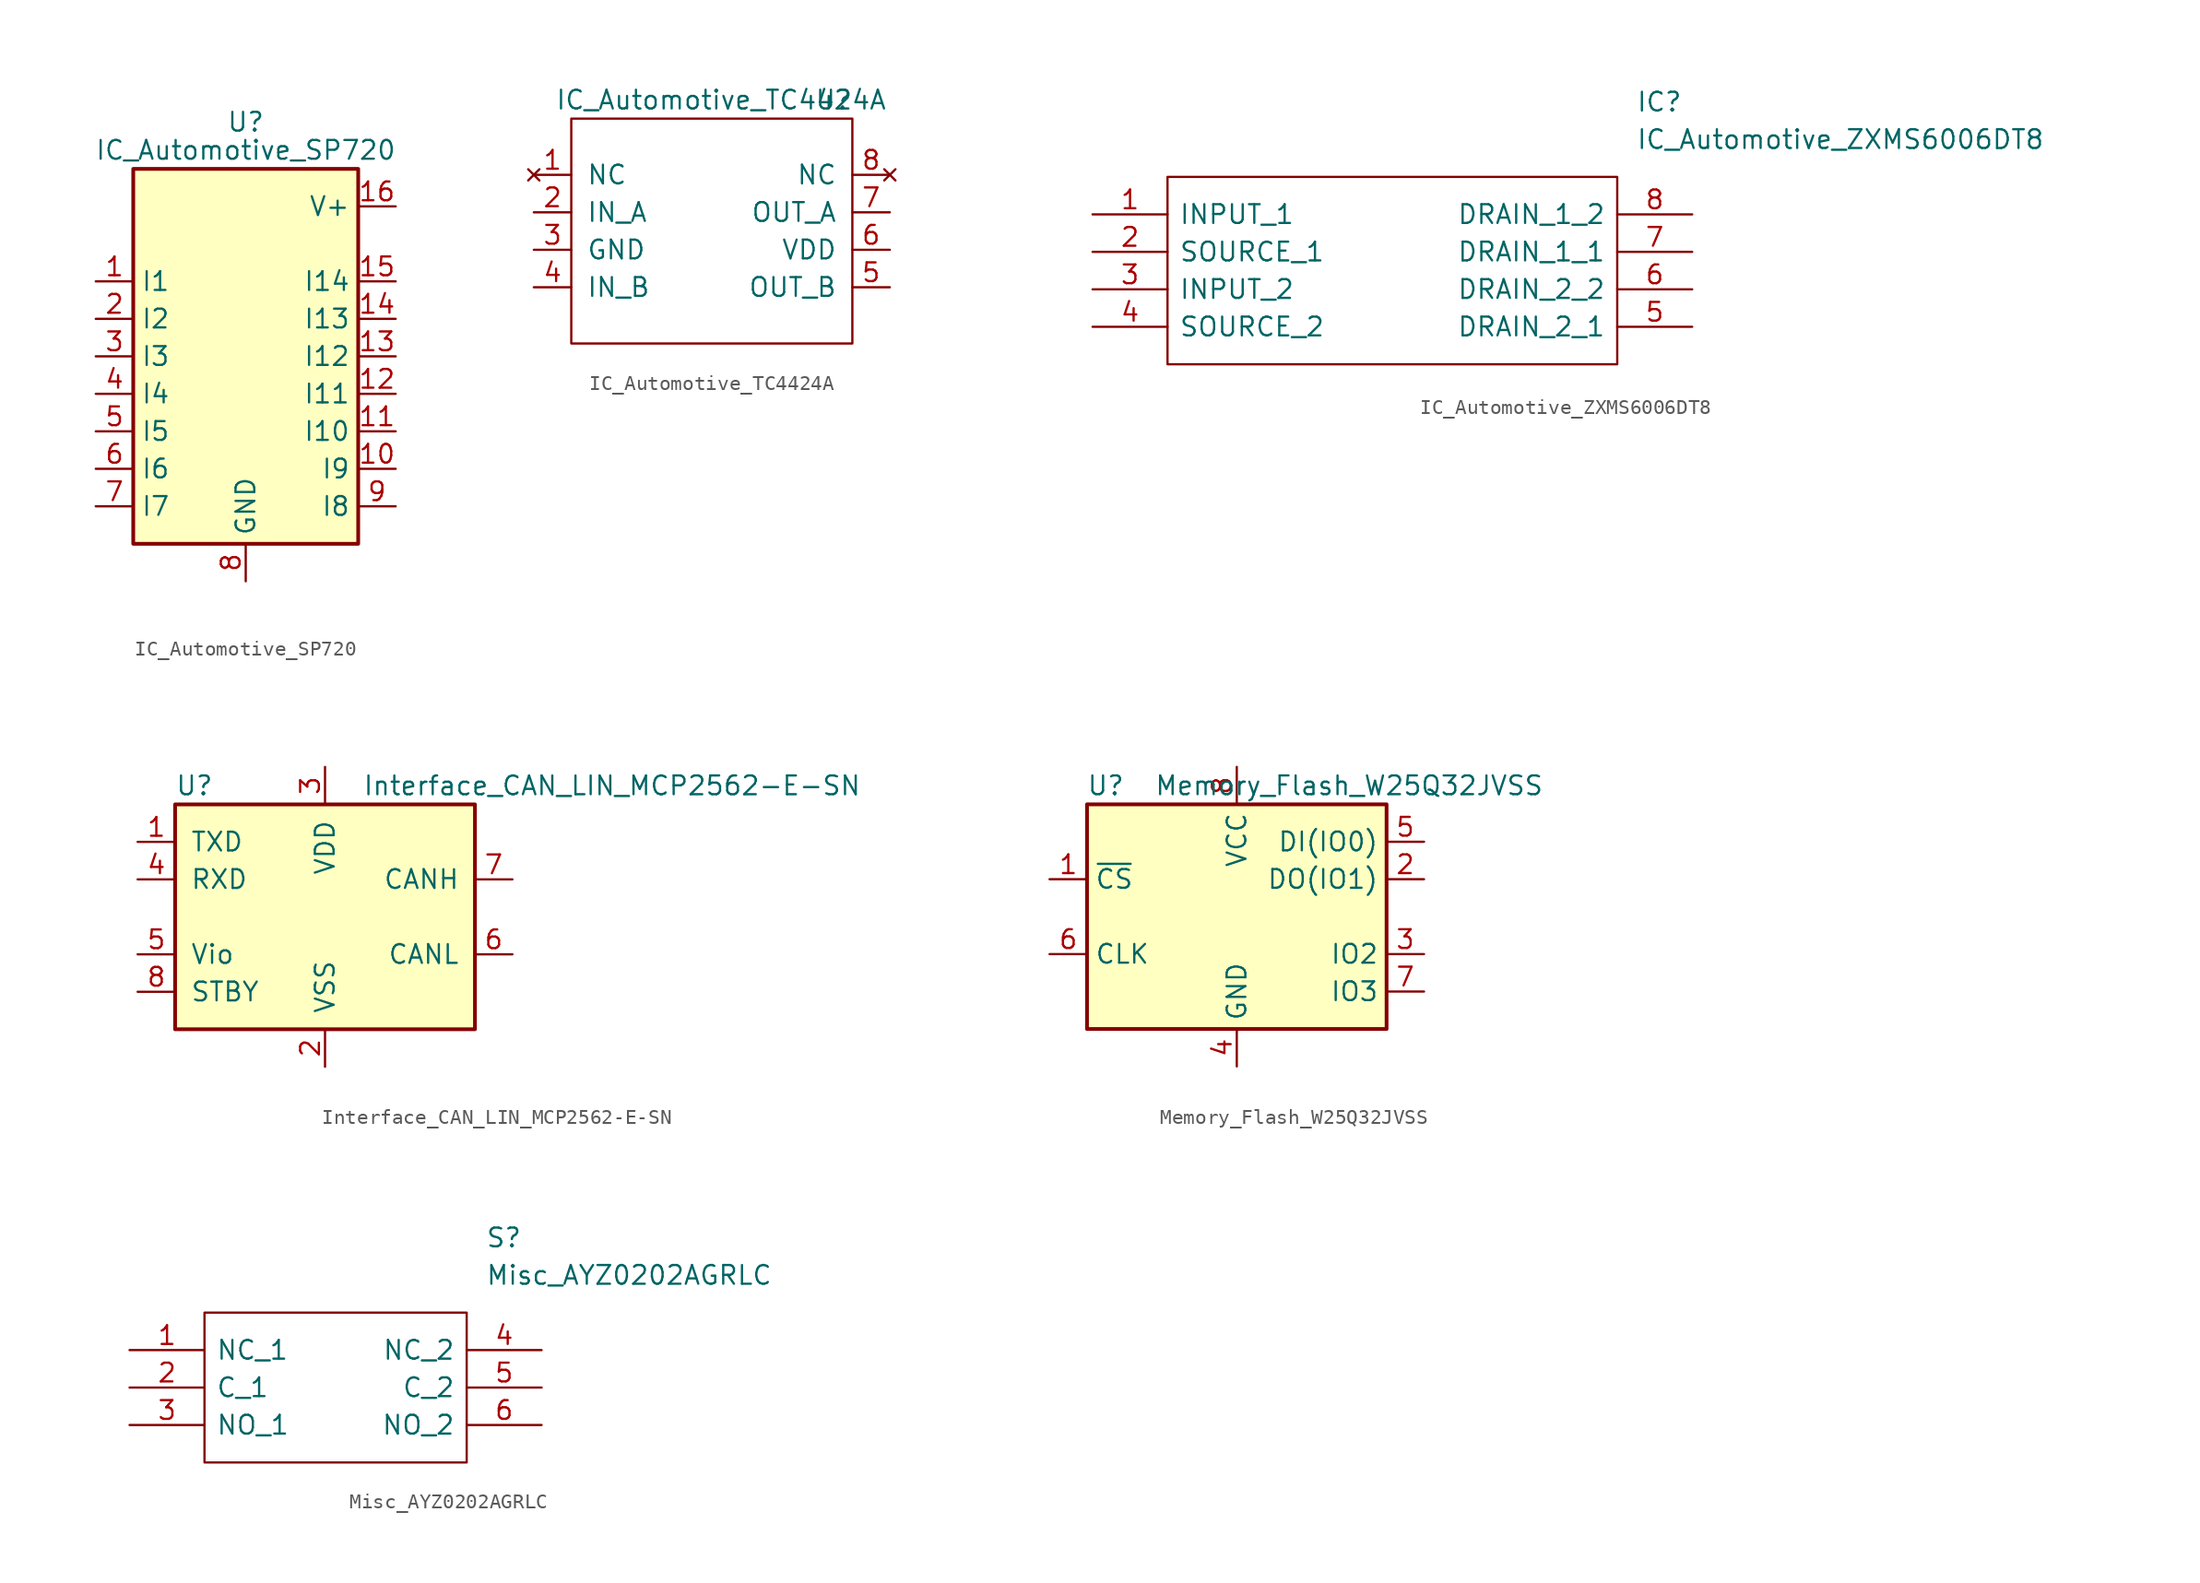
<source format=kicad_sym>
(kicad_symbol_lib
  (version 20241209)
  (generator "kicad_symbol_editor")
  (generator_version "9.0")
  (symbol "IC_Automotive_SP720"
    (property "Reference" "U"
      (at 0 15.875 0)
      (effects (font (size 1.27 1.27))))
    (property "Value" "IC_Automotive_SP720"
      (at 0 13.97 0)
      (effects (font (size 1.27 1.27))))
    (symbol "IC_Automotive_SP720_0_1"
      (rectangle (start -7.62 -12.7) (end 7.62 12.7) (stroke (width 0.254) (type solid)) (fill (type background))))
    (symbol "IC_Automotive_SP720_1_1"
      (pin input line (at -10.16 5.08 0) (length 2.54) (name "I1" (effects (font (size 1.27 1.27)))) (number "1" (effects (font (size 1.27 1.27)))))
      (pin input line (at -10.16 2.54 0) (length 2.54) (name "I2" (effects (font (size 1.27 1.27)))) (number "2" (effects (font (size 1.27 1.27)))))
      (pin input line (at -10.16 0 0) (length 2.54) (name "I3" (effects (font (size 1.27 1.27)))) (number "3" (effects (font (size 1.27 1.27)))))
      (pin input line (at -10.16 -2.54 0) (length 2.54) (name "I4" (effects (font (size 1.27 1.27)))) (number "4" (effects (font (size 1.27 1.27)))))
      (pin input line (at -10.16 -5.08 0) (length 2.54) (name "I5" (effects (font (size 1.27 1.27)))) (number "5" (effects (font (size 1.27 1.27)))))
      (pin input line (at -10.16 -7.62 0) (length 2.54) (name "I6" (effects (font (size 1.27 1.27)))) (number "6" (effects (font (size 1.27 1.27)))))
      (pin input line (at -10.16 -10.16 0) (length 2.54) (name "I7" (effects (font (size 1.27 1.27)))) (number "7" (effects (font (size 1.27 1.27)))))
      (pin power_in line (at 0 -15.24 90) (length 2.54) (name "GND" (effects (font (size 1.27 1.27)))) (number "8" (effects (font (size 1.27 1.27)))))
      (pin power_in line (at 10.16 10.16 180) (length 2.54) (name "V+" (effects (font (size 1.27 1.27)))) (number "16" (effects (font (size 1.27 1.27)))))
      (pin input line (at 10.16 5.08 180) (length 2.54) (name "I14" (effects (font (size 1.27 1.27)))) (number "15" (effects (font (size 1.27 1.27)))))
      (pin open_collector line (at 10.16 2.54 180) (length 2.54) (name "I13" (effects (font (size 1.27 1.27)))) (number "14" (effects (font (size 1.27 1.27)))))
      (pin input line (at 10.16 0 180) (length 2.54) (name "I12" (effects (font (size 1.27 1.27)))) (number "13" (effects (font (size 1.27 1.27)))))
      (pin input line (at 10.16 -2.54 180) (length 2.54) (name "I11" (effects (font (size 1.27 1.27)))) (number "12" (effects (font (size 1.27 1.27)))))
      (pin input line (at 10.16 -5.08 180) (length 2.54) (name "I10" (effects (font (size 1.27 1.27)))) (number "11" (effects (font (size 1.27 1.27)))))
      (pin input line (at 10.16 -7.62 180) (length 2.54) (name "I9" (effects (font (size 1.27 1.27)))) (number "10" (effects (font (size 1.27 1.27)))))
      (pin input line (at 10.16 -10.16 180) (length 2.54) (name "I8" (effects (font (size 1.27 1.27)))) (number "9" (effects (font (size 1.27 1.27)))))))
  (symbol "IC_Automotive_TC4424A"
    (pin_names
      (offset 1.016))
    (property "Reference" "U"
      (at -7.62 38.1 0)
      (effects (font (size 1.27 1.27))))
    (property "Value" "IC_Automotive_TC4424A"
      (at -15.24 38.1 0)
      (effects (font (size 1.27 1.27))))
    (symbol "IC_Automotive_TC4424A_0_1"
      (rectangle (start -25.4 36.83) (end -6.35 21.59) (stroke (width 0) (type solid)) (fill (type none))))
    (symbol "IC_Automotive_TC4424A_1_1"
      (pin no_connect line (at -27.94 33.02 0) (length 2.54) (name "NC" (effects (font (size 1.27 1.27)))) (number "1" (effects (font (size 1.27 1.27)))))
      (pin input line (at -27.94 30.48 0) (length 2.54) (name "IN_A" (effects (font (size 1.27 1.27)))) (number "2" (effects (font (size 1.27 1.27)))))
      (pin power_in line (at -27.94 27.94 0) (length 2.54) (name "GND" (effects (font (size 1.27 1.27)))) (number "3" (effects (font (size 1.27 1.27)))))
      (pin input line (at -27.94 25.4 0) (length 2.54) (name "IN_B" (effects (font (size 1.27 1.27)))) (number "4" (effects (font (size 1.27 1.27)))))
      (pin no_connect line (at -3.81 33.02 180) (length 2.54) (name "NC" (effects (font (size 1.27 1.27)))) (number "8" (effects (font (size 1.27 1.27)))))
      (pin output line (at -3.81 30.48 180) (length 2.54) (name "OUT_A" (effects (font (size 1.27 1.27)))) (number "7" (effects (font (size 1.27 1.27)))))
      (pin power_in line (at -3.81 27.94 180) (length 2.54) (name "VDD" (effects (font (size 1.27 1.27)))) (number "6" (effects (font (size 1.27 1.27)))))
      (pin input line (at -3.81 25.4 180) (length 2.54) (name "OUT_B" (effects (font (size 1.27 1.27)))) (number "5" (effects (font (size 1.27 1.27)))))))
  (symbol "IC_Automotive_ZXMS6006DT8"
    (pin_names
      (offset 0.762))
    (property "Reference" "IC"
      (at 36.83 7.62 0)
      (effects (font (size 1.27 1.27)) (justify left)))
    (property "Value" "IC_Automotive_ZXMS6006DT8"
      (at 36.83 5.08 0)
      (effects (font (size 1.27 1.27)) (justify left)))
    (symbol "IC_Automotive_ZXMS6006DT8_0_0"
      (pin passive line (at 0 0 0) (length 5.08) (name "INPUT_1" (effects (font (size 1.27 1.27)))) (number "1" (effects (font (size 1.27 1.27)))))
      (pin passive line (at 0 -2.54 0) (length 5.08) (name "SOURCE_1" (effects (font (size 1.27 1.27)))) (number "2" (effects (font (size 1.27 1.27)))))
      (pin passive line (at 0 -5.08 0) (length 5.08) (name "INPUT_2" (effects (font (size 1.27 1.27)))) (number "3" (effects (font (size 1.27 1.27)))))
      (pin passive line (at 0 -7.62 0) (length 5.08) (name "SOURCE_2" (effects (font (size 1.27 1.27)))) (number "4" (effects (font (size 1.27 1.27)))))
      (pin passive line (at 40.64 0 180) (length 5.08) (name "DRAIN_1_2" (effects (font (size 1.27 1.27)))) (number "8" (effects (font (size 1.27 1.27)))))
      (pin passive line (at 40.64 -2.54 180) (length 5.08) (name "DRAIN_1_1" (effects (font (size 1.27 1.27)))) (number "7" (effects (font (size 1.27 1.27)))))
      (pin passive line (at 40.64 -5.08 180) (length 5.08) (name "DRAIN_2_2" (effects (font (size 1.27 1.27)))) (number "6" (effects (font (size 1.27 1.27)))))
      (pin passive line (at 40.64 -7.62 180) (length 5.08) (name "DRAIN_2_1" (effects (font (size 1.27 1.27)))) (number "5" (effects (font (size 1.27 1.27))))))
    (symbol "IC_Automotive_ZXMS6006DT8_0_1"
      (polyline (pts (xy 5.08 2.54) (xy 35.56 2.54) (xy 35.56 -10.16) (xy 5.08 -10.16) (xy 5.08 2.54)) (stroke (width 0.152) (type solid)) (fill (type none)))))
  (symbol "Interface_CAN_LIN_MCP2562-E-SN"
    (pin_names
      (offset 1.016))
    (property "Reference" "U"
      (at -10.16 8.89 0)
      (effects (font (size 1.27 1.27)) (justify left)))
    (property "Value" "Interface_CAN_LIN_MCP2562-E-SN"
      (at 2.54 8.89 0)
      (effects (font (size 1.27 1.27)) (justify left)))
    (symbol "Interface_CAN_LIN_MCP2562-E-SN_0_1"
      (rectangle (start -10.16 7.62) (end 10.16 -7.62) (stroke (width 0.254) (type solid)) (fill (type background))))
    (symbol "Interface_CAN_LIN_MCP2562-E-SN_1_1"
      (pin input line (at -12.7 5.08 0) (length 2.54) (name "TXD" (effects (font (size 1.27 1.27)))) (number "1" (effects (font (size 1.27 1.27)))))
      (pin output line (at -12.7 2.54 0) (length 2.54) (name "RXD" (effects (font (size 1.27 1.27)))) (number "4" (effects (font (size 1.27 1.27)))))
      (pin power_in line (at -12.7 -2.54 0) (length 2.54) (name "Vio" (effects (font (size 1.27 1.27)))) (number "5" (effects (font (size 1.27 1.27)))))
      (pin input line (at -12.7 -5.08 0) (length 2.54) (name "STBY" (effects (font (size 1.27 1.27)))) (number "8" (effects (font (size 1.27 1.27)))))
      (pin power_in line (at 0 10.16 270) (length 2.54) (name "VDD" (effects (font (size 1.27 1.27)))) (number "3" (effects (font (size 1.27 1.27)))))
      (pin power_in line (at 0 -10.16 90) (length 2.54) (name "VSS" (effects (font (size 1.27 1.27)))) (number "2" (effects (font (size 1.27 1.27)))))
      (pin bidirectional line (at 12.7 2.54 180) (length 2.54) (name "CANH" (effects (font (size 1.27 1.27)))) (number "7" (effects (font (size 1.27 1.27)))))
      (pin bidirectional line (at 12.7 -2.54 180) (length 2.54) (name "CANL" (effects (font (size 1.27 1.27)))) (number "6" (effects (font (size 1.27 1.27)))))))
  (symbol "Memory_Flash_W25Q32JVSS"
    (property "Reference" "U"
      (at -8.89 8.89 0)
      (effects (font (size 1.27 1.27))))
    (property "Value" "Memory_Flash_W25Q32JVSS"
      (at 7.62 8.89 0)
      (effects (font (size 1.27 1.27))))
    (symbol "Memory_Flash_W25Q32JVSS_0_1"
      (rectangle (start -10.16 7.62) (end 10.16 -7.62) (stroke (width 0.254) (type solid)) (fill (type background))))
    (symbol "Memory_Flash_W25Q32JVSS_1_1"
      (pin input line (at -12.7 2.54 0) (length 2.54) (name "~{CS}" (effects (font (size 1.27 1.27)))) (number "1" (effects (font (size 1.27 1.27)))))
      (pin input line (at -12.7 -2.54 0) (length 2.54) (name "CLK" (effects (font (size 1.27 1.27)))) (number "6" (effects (font (size 1.27 1.27)))))
      (pin power_in line (at 0 10.16 270) (length 2.54) (name "VCC" (effects (font (size 1.27 1.27)))) (number "8" (effects (font (size 1.27 1.27)))))
      (pin power_in line (at 0 -10.16 90) (length 2.54) (name "GND" (effects (font (size 1.27 1.27)))) (number "4" (effects (font (size 1.27 1.27)))))
      (pin bidirectional line (at 12.7 5.08 180) (length 2.54) (name "DI(IO0)" (effects (font (size 1.27 1.27)))) (number "5" (effects (font (size 1.27 1.27)))))
      (pin bidirectional line (at 12.7 2.54 180) (length 2.54) (name "DO(IO1)" (effects (font (size 1.27 1.27)))) (number "2" (effects (font (size 1.27 1.27)))))
      (pin bidirectional line (at 12.7 -2.54 180) (length 2.54) (name "IO2" (effects (font (size 1.27 1.27)))) (number "3" (effects (font (size 1.27 1.27)))))
      (pin bidirectional line (at 12.7 -5.08 180) (length 2.54) (name "IO3" (effects (font (size 1.27 1.27)))) (number "7" (effects (font (size 1.27 1.27)))))))
  (symbol "Misc_AYZ0202AGRLC"
    (pin_names
      (offset 0.762))
    (property "Reference" "S"
      (at 24.13 7.62 0)
      (effects (font (size 1.27 1.27)) (justify left)))
    (property "Value" "Misc_AYZ0202AGRLC"
      (at 24.13 5.08 0)
      (effects (font (size 1.27 1.27)) (justify left)))
    (symbol "Misc_AYZ0202AGRLC_0_0"
      (pin bidirectional line (at 0 0 0) (length 5.08) (name "NC_1" (effects (font (size 1.27 1.27)))) (number "1" (effects (font (size 1.27 1.27)))))
      (pin bidirectional line (at 0 -2.54 0) (length 5.08) (name "C_1" (effects (font (size 1.27 1.27)))) (number "2" (effects (font (size 1.27 1.27)))))
      (pin bidirectional line (at 0 -5.08 0) (length 5.08) (name "NO_1" (effects (font (size 1.27 1.27)))) (number "3" (effects (font (size 1.27 1.27)))))
      (pin bidirectional line (at 27.94 0 180) (length 5.08) (name "NC_2" (effects (font (size 1.27 1.27)))) (number "4" (effects (font (size 1.27 1.27)))))
      (pin bidirectional line (at 27.94 -2.54 180) (length 5.08) (name "C_2" (effects (font (size 1.27 1.27)))) (number "5" (effects (font (size 1.27 1.27)))))
      (pin bidirectional line (at 27.94 -5.08 180) (length 5.08) (name "NO_2" (effects (font (size 1.27 1.27)))) (number "6" (effects (font (size 1.27 1.27))))))
    (symbol "Misc_AYZ0202AGRLC_0_1"
      (polyline (pts (xy 5.08 2.54) (xy 22.86 2.54) (xy 22.86 -7.62) (xy 5.08 -7.62) (xy 5.08 2.54)) (stroke (width 0.152) (type solid)) (fill (type none))))))
</source>
